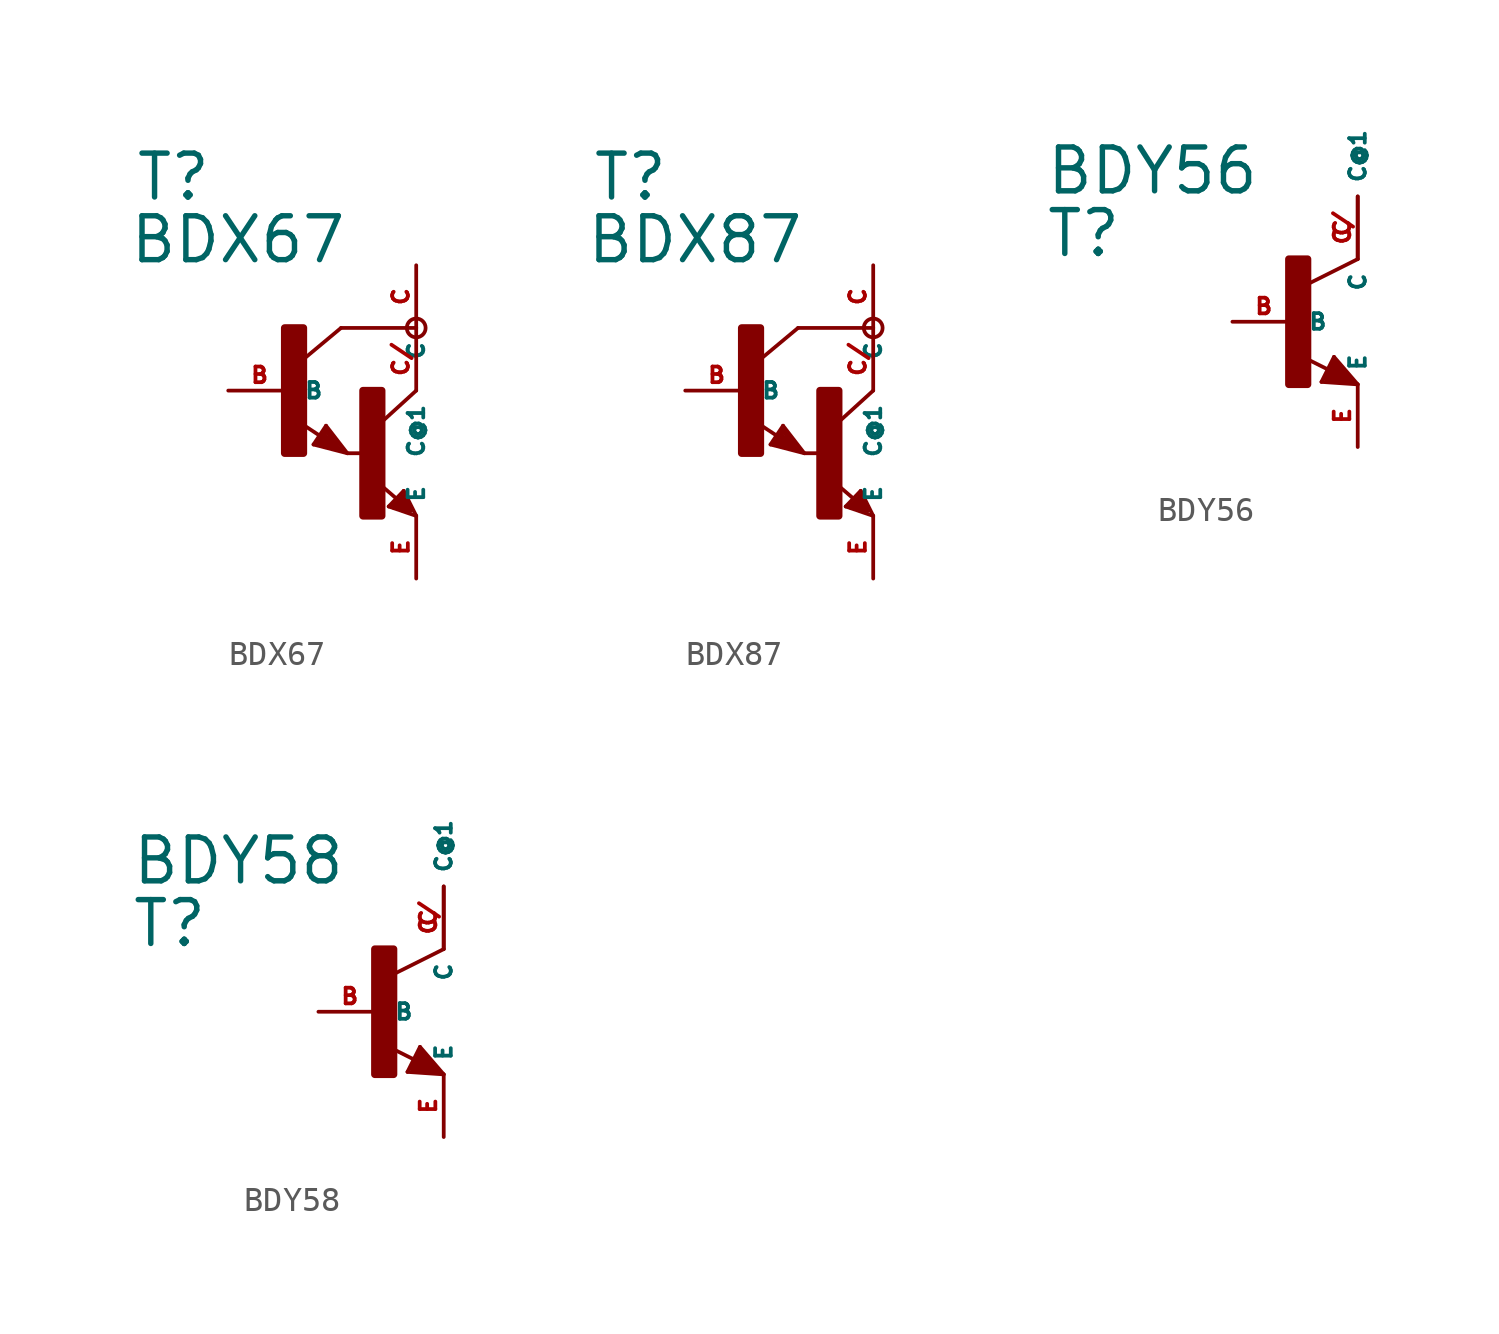
<source format=kicad_sym>
(kicad_symbol_lib
  (version 20220914)
  (generator Eagle2Kicad)
  (symbol "BDX67"
    (property "Reference" "T"
      (at -6.35 7.62 0)
      (effects (font (size 1.778 1.778) (thickness 0.22)) (justify left bottom)))
    (property "Value" "BDX67"
      (at -6.604 5.08 0)
      (effects (font (size 1.778 1.778) (thickness 0.22)) (justify left bottom)))
    (polyline
      (pts (xy 5.08 2.54) (xy 2.032 2.54))
      (stroke (width 0.152) (type default))
      (fill (type none)))
    (polyline
      (pts (xy 1.424 -1.424) (xy 2.286 -2.54))
      (stroke (width 0.152) (type default))
      (fill (type none)))
    (polyline
      (pts (xy 2.921 -2.54) (xy 2.286 -2.54))
      (stroke (width 0.152) (type default))
      (fill (type none)))
    (polyline
      (pts (xy 0.916 -2.186) (xy 1.424 -1.424))
      (stroke (width 0.152) (type default))
      (fill (type none)))
    (polyline
      (pts (xy 2.286 -2.54) (xy 0.916 -2.186))
      (stroke (width 0.152) (type default))
      (fill (type none)))
    (polyline
      (pts (xy 2.032 2.54) (xy 0.508 1.27))
      (stroke (width 0.152) (type default))
      (fill (type none)))
    (polyline
      (pts (xy 5.08 0) (xy 3.683 -1.27))
      (stroke (width 0.152) (type default))
      (fill (type none)))
    (polyline
      (pts (xy 5.08 -5.08) (xy 3.964 -4.699))
      (stroke (width 0.152) (type default))
      (fill (type none)))
    (polyline
      (pts (xy 4.572 -4.064) (xy 5.08 -5.08))
      (stroke (width 0.152) (type default))
      (fill (type none)))
    (polyline
      (pts (xy 3.964 -4.699) (xy 4.572 -4.064))
      (stroke (width 0.152) (type default))
      (fill (type none)))
    (polyline
      (pts (xy 1.186 -1.84) (xy 0.208 -1.197))
      (stroke (width 0.152) (type default))
      (fill (type none)))
    (polyline
      (pts (xy 4.28 -4.38) (xy 3.383 -3.61))
      (stroke (width 0.152) (type default))
      (fill (type none)))
    (polyline
      (pts (xy 4.826 -4.826) (xy 4.572 -4.318))
      (stroke (width 0.254) (type default))
      (fill (type none)))
    (polyline
      (pts (xy 4.572 -4.318) (xy 4.191 -4.699))
      (stroke (width 0.254) (type default))
      (fill (type none)))
    (polyline
      (pts (xy 4.191 -4.699) (xy 4.826 -4.826))
      (stroke (width 0.254) (type default))
      (fill (type none)))
    (polyline
      (pts (xy 4.826 -4.826) (xy 4.445 -4.572))
      (stroke (width 0.254) (type default))
      (fill (type none)))
    (polyline
      (pts (xy 2.159 -2.413) (xy 1.397 -1.524))
      (stroke (width 0.127) (type default))
      (fill (type none)))
    (polyline
      (pts (xy 1.397 -1.524) (xy 1.016 -2.159))
      (stroke (width 0.127) (type default))
      (fill (type none)))
    (polyline
      (pts (xy 1.016 -2.159) (xy 2.032 -2.413))
      (stroke (width 0.127) (type default))
      (fill (type none)))
    (polyline
      (pts (xy 2.032 -2.413) (xy 1.397 -1.651))
      (stroke (width 0.127) (type default))
      (fill (type none)))
    (polyline
      (pts (xy 1.397 -1.651) (xy 1.143 -2.032))
      (stroke (width 0.254) (type default))
      (fill (type none)))
    (polyline
      (pts (xy 1.143 -2.032) (xy 1.778 -2.286))
      (stroke (width 0.254) (type default))
      (fill (type none)))
    (polyline
      (pts (xy 1.778 -2.286) (xy 1.397 -1.905))
      (stroke (width 0.254) (type default))
      (fill (type none)))
    (circle
      (center 5.08 2.54)
      (radius 0.381)
      (stroke (width 0) (type default))
      (fill (type none)))
    (rectangle
      (start -0.254 -2.54)
      (end 0.508 2.54)
      (stroke (width 0.3) (type default))
      (fill (type outline)))
    (rectangle
      (start 2.921 -5.08)
      (end 3.683 0)
      (stroke (width 0.3) (type default))
      (fill (type outline)))
    (pin passive line
      (at -2.54 0 0)
      (length 2.54)
      (name "B" (effects (font (size 0.635 0.635) (thickness 0.08)) (justify left bottom)))
      (number "B" (effects (font (size 0.635 0.635) (thickness 0.08)) (justify left bottom))))
    (pin passive line
      (at 5.08 -7.62 90)
      (length 2.54)
      (name "E" (effects (font (size 0.635 0.635) (thickness 0.08)) (justify left bottom)))
      (number "E" (effects (font (size 0.635 0.635) (thickness 0.08)) (justify left bottom))))
    (pin passive line
      (at 5.08 5.08 270)
      (length 2.54)
      (name "C" (effects (font (size 0.635 0.635) (thickness 0.08)) (justify left bottom)))
      (number "C" (effects (font (size 0.635 0.635) (thickness 0.08)) (justify left bottom))))
    (pin passive line
      (at 5.08 2.54 270)
      (length 2.54)
      (name "C@1" (effects (font (size 0.635 0.635) (thickness 0.08)) (justify left bottom)))
      (number "C/" (effects (font (size 0.635 0.635) (thickness 0.08)) (justify left bottom)))))
  (symbol "BDX87"
    (property "Reference" "T"
      (at -6.35 7.62 0)
      (effects (font (size 1.778 1.778) (thickness 0.22)) (justify left bottom)))
    (property "Value" "BDX87"
      (at -6.604 5.08 0)
      (effects (font (size 1.778 1.778) (thickness 0.22)) (justify left bottom)))
    (polyline
      (pts (xy 5.08 2.54) (xy 2.032 2.54))
      (stroke (width 0.152) (type default))
      (fill (type none)))
    (polyline
      (pts (xy 1.424 -1.424) (xy 2.286 -2.54))
      (stroke (width 0.152) (type default))
      (fill (type none)))
    (polyline
      (pts (xy 2.921 -2.54) (xy 2.286 -2.54))
      (stroke (width 0.152) (type default))
      (fill (type none)))
    (polyline
      (pts (xy 0.916 -2.186) (xy 1.424 -1.424))
      (stroke (width 0.152) (type default))
      (fill (type none)))
    (polyline
      (pts (xy 2.286 -2.54) (xy 0.916 -2.186))
      (stroke (width 0.152) (type default))
      (fill (type none)))
    (polyline
      (pts (xy 2.032 2.54) (xy 0.508 1.27))
      (stroke (width 0.152) (type default))
      (fill (type none)))
    (polyline
      (pts (xy 5.08 0) (xy 3.683 -1.27))
      (stroke (width 0.152) (type default))
      (fill (type none)))
    (polyline
      (pts (xy 5.08 -5.08) (xy 3.964 -4.699))
      (stroke (width 0.152) (type default))
      (fill (type none)))
    (polyline
      (pts (xy 4.572 -4.064) (xy 5.08 -5.08))
      (stroke (width 0.152) (type default))
      (fill (type none)))
    (polyline
      (pts (xy 3.964 -4.699) (xy 4.572 -4.064))
      (stroke (width 0.152) (type default))
      (fill (type none)))
    (polyline
      (pts (xy 1.186 -1.84) (xy 0.208 -1.197))
      (stroke (width 0.152) (type default))
      (fill (type none)))
    (polyline
      (pts (xy 4.28 -4.38) (xy 3.383 -3.61))
      (stroke (width 0.152) (type default))
      (fill (type none)))
    (polyline
      (pts (xy 4.826 -4.826) (xy 4.572 -4.318))
      (stroke (width 0.254) (type default))
      (fill (type none)))
    (polyline
      (pts (xy 4.572 -4.318) (xy 4.191 -4.699))
      (stroke (width 0.254) (type default))
      (fill (type none)))
    (polyline
      (pts (xy 4.191 -4.699) (xy 4.826 -4.826))
      (stroke (width 0.254) (type default))
      (fill (type none)))
    (polyline
      (pts (xy 4.826 -4.826) (xy 4.445 -4.572))
      (stroke (width 0.254) (type default))
      (fill (type none)))
    (polyline
      (pts (xy 2.159 -2.413) (xy 1.397 -1.524))
      (stroke (width 0.127) (type default))
      (fill (type none)))
    (polyline
      (pts (xy 1.397 -1.524) (xy 1.016 -2.159))
      (stroke (width 0.127) (type default))
      (fill (type none)))
    (polyline
      (pts (xy 1.016 -2.159) (xy 2.032 -2.413))
      (stroke (width 0.127) (type default))
      (fill (type none)))
    (polyline
      (pts (xy 2.032 -2.413) (xy 1.397 -1.651))
      (stroke (width 0.127) (type default))
      (fill (type none)))
    (polyline
      (pts (xy 1.397 -1.651) (xy 1.143 -2.032))
      (stroke (width 0.254) (type default))
      (fill (type none)))
    (polyline
      (pts (xy 1.143 -2.032) (xy 1.778 -2.286))
      (stroke (width 0.254) (type default))
      (fill (type none)))
    (polyline
      (pts (xy 1.778 -2.286) (xy 1.397 -1.905))
      (stroke (width 0.254) (type default))
      (fill (type none)))
    (circle
      (center 5.08 2.54)
      (radius 0.381)
      (stroke (width 0) (type default))
      (fill (type none)))
    (rectangle
      (start -0.254 -2.54)
      (end 0.508 2.54)
      (stroke (width 0.3) (type default))
      (fill (type outline)))
    (rectangle
      (start 2.921 -5.08)
      (end 3.683 0)
      (stroke (width 0.3) (type default))
      (fill (type outline)))
    (pin passive line
      (at -2.54 0 0)
      (length 2.54)
      (name "B" (effects (font (size 0.635 0.635) (thickness 0.08)) (justify left bottom)))
      (number "B" (effects (font (size 0.635 0.635) (thickness 0.08)) (justify left bottom))))
    (pin passive line
      (at 5.08 -7.62 90)
      (length 2.54)
      (name "E" (effects (font (size 0.635 0.635) (thickness 0.08)) (justify left bottom)))
      (number "E" (effects (font (size 0.635 0.635) (thickness 0.08)) (justify left bottom))))
    (pin passive line
      (at 5.08 5.08 270)
      (length 2.54)
      (name "C" (effects (font (size 0.635 0.635) (thickness 0.08)) (justify left bottom)))
      (number "C" (effects (font (size 0.635 0.635) (thickness 0.08)) (justify left bottom))))
    (pin passive line
      (at 5.08 2.54 270)
      (length 2.54)
      (name "C@1" (effects (font (size 0.635 0.635) (thickness 0.08)) (justify left bottom)))
      (number "C/" (effects (font (size 0.635 0.635) (thickness 0.08)) (justify left bottom)))))
  (symbol "BDY56"
    (property "Reference" "T"
      (at -10.16 2.54 0)
      (effects (font (size 1.778 1.778) (thickness 0.22)) (justify left bottom)))
    (property "Value" "BDY56"
      (at -10.16 5.08 0)
      (effects (font (size 1.778 1.778) (thickness 0.22)) (justify left bottom)))
    (polyline
      (pts (xy 2.54 2.54) (xy 0.508 1.524))
      (stroke (width 0.152) (type default))
      (fill (type none)))
    (polyline
      (pts (xy 1.578 -1.424) (xy 2.54 -2.54))
      (stroke (width 0.152) (type default))
      (fill (type none)))
    (polyline
      (pts (xy 2.54 -2.54) (xy 1.07 -2.44))
      (stroke (width 0.152) (type default))
      (fill (type none)))
    (polyline
      (pts (xy 1.07 -2.44) (xy 1.578 -1.424))
      (stroke (width 0.152) (type default))
      (fill (type none)))
    (polyline
      (pts (xy 1.34 -1.94) (xy 0.108 -1.324))
      (stroke (width 0.152) (type default))
      (fill (type none)))
    (polyline
      (pts (xy 2.286 -2.413) (xy 1.651 -1.651))
      (stroke (width 0.254) (type default))
      (fill (type none)))
    (polyline
      (pts (xy 1.651 -1.651) (xy 1.27 -2.286))
      (stroke (width 0.254) (type default))
      (fill (type none)))
    (polyline
      (pts (xy 1.27 -2.286) (xy 2.159 -2.413))
      (stroke (width 0.254) (type default))
      (fill (type none)))
    (polyline
      (pts (xy 2.159 -2.413) (xy 1.651 -1.905))
      (stroke (width 0.254) (type default))
      (fill (type none)))
    (polyline
      (pts (xy 1.651 -1.905) (xy 1.524 -2.159))
      (stroke (width 0.254) (type default))
      (fill (type none)))
    (polyline
      (pts (xy 1.524 -2.159) (xy 1.778 -2.159))
      (stroke (width 0.254) (type default))
      (fill (type none)))
    (rectangle
      (start -0.254 -2.54)
      (end 0.508 2.54)
      (stroke (width 0.3) (type default))
      (fill (type outline)))
    (pin passive line
      (at -2.54 0 0)
      (length 2.54)
      (name "B" (effects (font (size 0.635 0.635) (thickness 0.08)) (justify left bottom)))
      (number "B" (effects (font (size 0.635 0.635) (thickness 0.08)) (justify left bottom))))
    (pin passive line
      (at 2.54 -5.08 90)
      (length 2.54)
      (name "E" (effects (font (size 0.635 0.635) (thickness 0.08)) (justify left bottom)))
      (number "E" (effects (font (size 0.635 0.635) (thickness 0.08)) (justify left bottom))))
    (pin passive line
      (at 2.54 5.08 270)
      (length 2.54)
      (name "C" (effects (font (size 0.635 0.635) (thickness 0.08)) (justify left bottom)))
      (number "C" (effects (font (size 0.635 0.635) (thickness 0.08)) (justify left bottom))))
    (pin passive line
      (at 2.54 2.54 90)
      (length 2.54)
      (name "C@1" (effects (font (size 0.635 0.635) (thickness 0.08)) (justify left bottom)))
      (number "C/" (effects (font (size 0.635 0.635) (thickness 0.08)) (justify left bottom)))))
  (symbol "BDY58"
    (property "Reference" "T"
      (at -10.16 2.54 0)
      (effects (font (size 1.778 1.778) (thickness 0.22)) (justify left bottom)))
    (property "Value" "BDY58"
      (at -10.16 5.08 0)
      (effects (font (size 1.778 1.778) (thickness 0.22)) (justify left bottom)))
    (polyline
      (pts (xy 2.54 2.54) (xy 0.508 1.524))
      (stroke (width 0.152) (type default))
      (fill (type none)))
    (polyline
      (pts (xy 1.578 -1.424) (xy 2.54 -2.54))
      (stroke (width 0.152) (type default))
      (fill (type none)))
    (polyline
      (pts (xy 2.54 -2.54) (xy 1.07 -2.44))
      (stroke (width 0.152) (type default))
      (fill (type none)))
    (polyline
      (pts (xy 1.07 -2.44) (xy 1.578 -1.424))
      (stroke (width 0.152) (type default))
      (fill (type none)))
    (polyline
      (pts (xy 1.34 -1.94) (xy 0.108 -1.324))
      (stroke (width 0.152) (type default))
      (fill (type none)))
    (polyline
      (pts (xy 2.286 -2.413) (xy 1.651 -1.651))
      (stroke (width 0.254) (type default))
      (fill (type none)))
    (polyline
      (pts (xy 1.651 -1.651) (xy 1.27 -2.286))
      (stroke (width 0.254) (type default))
      (fill (type none)))
    (polyline
      (pts (xy 1.27 -2.286) (xy 2.159 -2.413))
      (stroke (width 0.254) (type default))
      (fill (type none)))
    (polyline
      (pts (xy 2.159 -2.413) (xy 1.651 -1.905))
      (stroke (width 0.254) (type default))
      (fill (type none)))
    (polyline
      (pts (xy 1.651 -1.905) (xy 1.524 -2.159))
      (stroke (width 0.254) (type default))
      (fill (type none)))
    (polyline
      (pts (xy 1.524 -2.159) (xy 1.778 -2.159))
      (stroke (width 0.254) (type default))
      (fill (type none)))
    (rectangle
      (start -0.254 -2.54)
      (end 0.508 2.54)
      (stroke (width 0.3) (type default))
      (fill (type outline)))
    (pin passive line
      (at -2.54 0 0)
      (length 2.54)
      (name "B" (effects (font (size 0.635 0.635) (thickness 0.08)) (justify left bottom)))
      (number "B" (effects (font (size 0.635 0.635) (thickness 0.08)) (justify left bottom))))
    (pin passive line
      (at 2.54 -5.08 90)
      (length 2.54)
      (name "E" (effects (font (size 0.635 0.635) (thickness 0.08)) (justify left bottom)))
      (number "E" (effects (font (size 0.635 0.635) (thickness 0.08)) (justify left bottom))))
    (pin passive line
      (at 2.54 5.08 270)
      (length 2.54)
      (name "C" (effects (font (size 0.635 0.635) (thickness 0.08)) (justify left bottom)))
      (number "C" (effects (font (size 0.635 0.635) (thickness 0.08)) (justify left bottom))))
    (pin passive line
      (at 2.54 2.54 90)
      (length 2.54)
      (name "C@1" (effects (font (size 0.635 0.635) (thickness 0.08)) (justify left bottom)))
      (number "C/" (effects (font (size 0.635 0.635) (thickness 0.08)) (justify left bottom))))))
</source>
